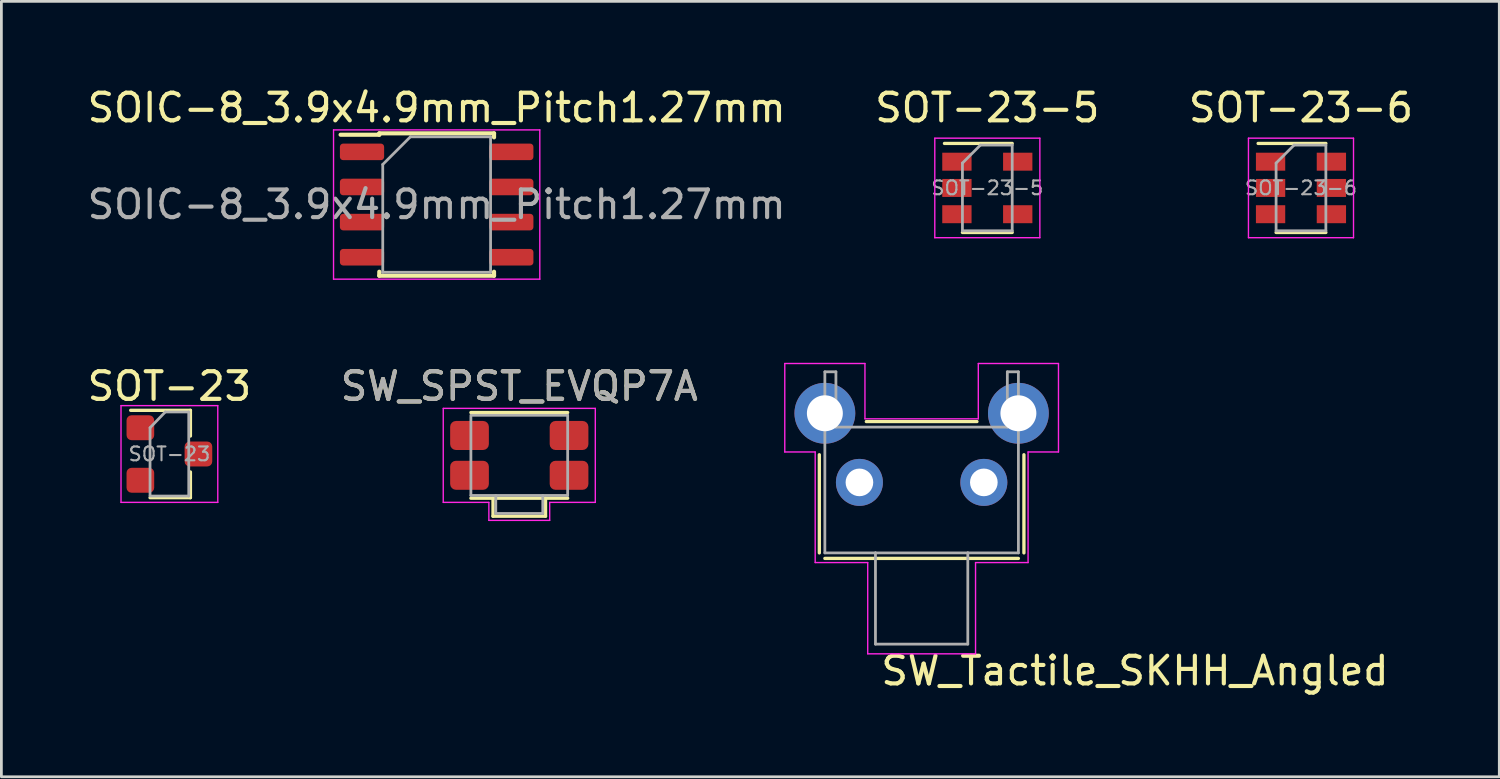
<source format=kicad_pcb>
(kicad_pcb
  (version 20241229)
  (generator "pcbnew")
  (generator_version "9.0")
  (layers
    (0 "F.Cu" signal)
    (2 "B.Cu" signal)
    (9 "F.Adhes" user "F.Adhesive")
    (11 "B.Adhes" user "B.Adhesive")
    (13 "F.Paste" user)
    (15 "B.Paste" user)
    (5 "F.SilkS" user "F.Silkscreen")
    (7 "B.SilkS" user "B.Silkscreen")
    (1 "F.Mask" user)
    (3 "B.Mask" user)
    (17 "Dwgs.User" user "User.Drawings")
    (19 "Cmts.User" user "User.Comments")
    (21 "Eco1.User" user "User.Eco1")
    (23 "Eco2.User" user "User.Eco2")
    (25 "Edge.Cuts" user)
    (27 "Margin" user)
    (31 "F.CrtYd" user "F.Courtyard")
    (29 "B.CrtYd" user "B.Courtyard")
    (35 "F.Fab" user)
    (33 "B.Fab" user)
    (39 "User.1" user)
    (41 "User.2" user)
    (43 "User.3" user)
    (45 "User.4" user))
  (footprint "SOIC-8_3.9x4.9mm_Pitch1.27mm"
    (layer "F.Cu")
    (at 12.744 4.348)
    (property "Reference" "SOIC-8_3.9x4.9mm_Pitch1.27mm" (at 0 -3.5 0) (layer "F.SilkS") (effects (font (size 1 1) (thickness 0.15))))
    (attr smd)
    (fp_line (start -2.075 -2.575) (end -2.075 -2.525) (stroke (width 0.15) (type solid)) (layer "F.SilkS"))
    (fp_line (start -2.075 -2.575) (end 2.075 -2.575) (stroke (width 0.15) (type solid)) (layer "F.SilkS"))
    (fp_line (start -2.075 -2.525) (end -3.475 -2.525) (stroke (width 0.15) (type solid)) (layer "F.SilkS"))
    (fp_line (start -2.075 2.575) (end -2.075 2.43) (stroke (width 0.15) (type solid)) (layer "F.SilkS"))
    (fp_line (start -2.075 2.575) (end 2.075 2.575) (stroke (width 0.15) (type solid)) (layer "F.SilkS"))
    (fp_line (start 2.075 -2.575) (end 2.075 -2.43) (stroke (width 0.15) (type solid)) (layer "F.SilkS"))
    (fp_line (start 2.075 2.575) (end 2.075 2.43) (stroke (width 0.15) (type solid)) (layer "F.SilkS"))
    (fp_line (start -3.73 -2.7) (end -3.73 2.7) (stroke (width 0.05) (type solid)) (layer "F.CrtYd"))
    (fp_line (start -3.73 -2.7) (end 3.73 -2.7) (stroke (width 0.05) (type solid)) (layer "F.CrtYd"))
    (fp_line (start -3.73 2.7) (end 3.73 2.7) (stroke (width 0.05) (type solid)) (layer "F.CrtYd"))
    (fp_line (start 3.73 -2.7) (end 3.73 2.7) (stroke (width 0.05) (type solid)) (layer "F.CrtYd"))
    (fp_line (start -1.95 -1.45) (end -0.95 -2.45) (stroke (width 0.1) (type solid)) (layer "F.Fab"))
    (fp_line (start -1.95 2.45) (end -1.95 -1.45) (stroke (width 0.1) (type solid)) (layer "F.Fab"))
    (fp_line (start -0.95 -2.45) (end 1.95 -2.45) (stroke (width 0.1) (type solid)) (layer "F.Fab"))
    (fp_line (start 1.95 -2.45) (end 1.95 2.45) (stroke (width 0.1) (type solid)) (layer "F.Fab"))
    (fp_line (start 1.95 2.45) (end -1.95 2.45) (stroke (width 0.1) (type solid)) (layer "F.Fab"))
    (fp_text user "${REFERENCE}" (at 0 0 0) (layer "F.Fab") (effects (font (size 1 1) (thickness 0.15))))
    (pad "1" smd roundrect (at -2.7 -1.905) (size 1.6 0.6) (layers "F.Cu" "F.Mask" "F.Paste") (roundrect_rratio 0.2))
    (pad "2" smd roundrect (at -2.7 -0.635) (size 1.6 0.6) (layers "F.Cu" "F.Mask" "F.Paste") (roundrect_rratio 0.2))
    (pad "3" smd roundrect (at -2.7 0.635) (size 1.6 0.6) (layers "F.Cu" "F.Mask" "F.Paste") (roundrect_rratio 0.2))
    (pad "4" smd roundrect (at -2.7 1.905) (size 1.6 0.6) (layers "F.Cu" "F.Mask" "F.Paste") (roundrect_rratio 0.2))
    (pad "5" smd roundrect (at 2.7 1.905) (size 1.6 0.6) (layers "F.Cu" "F.Mask" "F.Paste") (roundrect_rratio 0.2))
    (pad "6" smd roundrect (at 2.7 0.635) (size 1.6 0.6) (layers "F.Cu" "F.Mask" "F.Paste") (roundrect_rratio 0.2))
    (pad "7" smd roundrect (at 2.7 -0.635) (size 1.6 0.6) (layers "F.Cu" "F.Mask" "F.Paste") (roundrect_rratio 0.2))
    (pad "8" smd roundrect (at 2.7 -1.905) (size 1.6 0.6) (layers "F.Cu" "F.Mask" "F.Paste") (roundrect_rratio 0.2)))
  (footprint "SW_Tactile_SKHH_Angled"
    (layer "F.Cu")
    (at 28.035 14.398)
    (property "Reference" "SW_Tactile_SKHH_Angled" (at 0.7 7.4 0) (layer "F.SilkS") (effects (font (size 1 1) (thickness 0.15)) (justify left bottom)))
    (attr through_hole)
    (fp_circle (center -1.25 -2.5) (end -0.615 -2.5) (stroke (width 0) (type solid)) (fill yes) (layer "F.Mask"))
    (fp_circle (center 0 0) (end 0.445 0) (stroke (width 0) (type solid)) (fill yes) (layer "F.Mask"))
    (fp_circle (center 4.5 0) (end 4.944 0) (stroke (width 0) (type solid)) (fill yes) (layer "F.Mask"))
    (fp_circle (center 5.75 -2.5) (end 6.385 -2.5) (stroke (width 0) (type solid)) (fill yes) (layer "F.Mask"))
    (fp_circle (center -1.25 -2.5) (end -0.107 -2.5) (stroke (width 0) (type solid)) (fill yes) (layer "B.Mask"))
    (fp_circle (center 0 0) (end 0.889 0) (stroke (width 0) (type solid)) (fill yes) (layer "B.Mask"))
    (fp_circle (center 4.5 0) (end 5.389 0) (stroke (width 0) (type solid)) (fill yes) (layer "B.Mask"))
    (fp_circle (center 5.75 -2.5) (end 6.893 -2.5) (stroke (width 0) (type solid)) (fill yes) (layer "B.Mask"))
    (fp_line (start -1.45 -1) (end -1.45 2.55) (stroke (width 0.12) (type solid)) (layer "F.SilkS"))
    (fp_line (start -1.25 2.75) (end 5.75 2.75) (stroke (width 0.12) (type solid)) (layer "F.SilkS"))
    (fp_line (start 4.25 -2.2) (end 0.25 -2.2) (stroke (width 0.12) (type solid)) (layer "F.SilkS"))
    (fp_line (start 5.95 2.55) (end 5.95 -1) (stroke (width 0.12) (type solid)) (layer "F.SilkS"))
    (fp_line (start -2.7 -4.3) (end -2.7 -1.1) (stroke (width 0.05) (type solid)) (layer "F.CrtYd"))
    (fp_line (start -2.7 -1.1) (end -1.6 -1.1) (stroke (width 0.05) (type solid)) (layer "F.CrtYd"))
    (fp_line (start -1.6 -1.1) (end -1.6 2.9) (stroke (width 0.05) (type solid)) (layer "F.CrtYd"))
    (fp_line (start -1.6 2.9) (end 0.3 2.9) (stroke (width 0.05) (type solid)) (layer "F.CrtYd"))
    (fp_line (start 0.2 -4.3) (end -2.7 -4.3) (stroke (width 0.05) (type solid)) (layer "F.CrtYd"))
    (fp_line (start 0.2 -2.3) (end 0.2 -4.3) (stroke (width 0.05) (type solid)) (layer "F.CrtYd"))
    (fp_line (start 0.3 2.9) (end 0.3 6.2) (stroke (width 0.05) (type solid)) (layer "F.CrtYd"))
    (fp_line (start 0.3 6.2) (end 4.2 6.2) (stroke (width 0.05) (type solid)) (layer "F.CrtYd"))
    (fp_line (start 4.2 2.9) (end 6.1 2.9) (stroke (width 0.05) (type solid)) (layer "F.CrtYd"))
    (fp_line (start 4.2 6.2) (end 4.2 2.9) (stroke (width 0.05) (type solid)) (layer "F.CrtYd"))
    (fp_line (start 4.3 -4.3) (end 4.3 -2.3) (stroke (width 0.05) (type solid)) (layer "F.CrtYd"))
    (fp_line (start 4.3 -4.3) (end 7.2 -4.3) (stroke (width 0.05) (type solid)) (layer "F.CrtYd"))
    (fp_line (start 4.3 -2.3) (end 0.2 -2.3) (stroke (width 0.05) (type solid)) (layer "F.CrtYd"))
    (fp_line (start 6.1 -1.1) (end 6.1 2.9) (stroke (width 0.05) (type solid)) (layer "F.CrtYd"))
    (fp_line (start 7.2 -4.3) (end 7.2 -1.1) (stroke (width 0.05) (type solid)) (layer "F.CrtYd"))
    (fp_line (start 7.2 -1.1) (end 6.1 -1.1) (stroke (width 0.05) (type solid)) (layer "F.CrtYd"))
    (fp_line (start -1.25 -4) (end -0.85 -4) (stroke (width 0.1) (type solid)) (layer "F.Fab"))
    (fp_line (start -1.25 2.55) (end -1.25 -4) (stroke (width 0.1) (type solid)) (layer "F.Fab"))
    (fp_line (start -1.25 2.55) (end 0.58 2.55) (stroke (width 0.1) (type solid)) (layer "F.Fab"))
    (fp_line (start -0.85 -2) (end -0.85 -4) (stroke (width 0.1) (type solid)) (layer "F.Fab"))
    (fp_line (start -0.85 -2) (end 5.35 -2) (stroke (width 0.1) (type solid)) (layer "F.Fab"))
    (fp_line (start 0.58 2.55) (end 0.58 5.85) (stroke (width 0.1) (type solid)) (layer "F.Fab"))
    (fp_line (start 0.58 2.55) (end 3.92 2.55) (stroke (width 0.1) (type solid)) (layer "F.Fab"))
    (fp_line (start 3.92 2.55) (end 3.92 5.85) (stroke (width 0.1) (type solid)) (layer "F.Fab"))
    (fp_line (start 3.92 2.55) (end 5.75 2.55) (stroke (width 0.1) (type solid)) (layer "F.Fab"))
    (fp_line (start 3.92 5.85) (end 0.58 5.85) (stroke (width 0.1) (type solid)) (layer "F.Fab"))
    (fp_line (start 5.35 -4) (end 5.75 -4) (stroke (width 0.1) (type solid)) (layer "F.Fab"))
    (fp_line (start 5.35 -2) (end 5.35 -4) (stroke (width 0.1) (type solid)) (layer "F.Fab"))
    (fp_line (start 5.75 -4) (end 5.75 2.55) (stroke (width 0.1) (type solid)) (layer "F.Fab"))
    (pad "" thru_hole circle (at -1.25 -2.5) (size 2.2 2.2) (drill 1.3) (layers "*.Cu" "*.Mask"))
    (pad "" thru_hole circle (at 5.75 -2.5) (size 2.2 2.2) (drill 1.3) (layers "*.Cu" "*.Mask"))
    (pad "1" thru_hole circle (at 0 0) (size 1.7 1.7) (drill 1) (layers "*.Cu" "*.Mask"))
    (pad "2" thru_hole circle (at 4.5 0) (size 1.7 1.7) (drill 1) (layers "*.Cu" "*.Mask")))
  (footprint "SOT-23-5"
    (layer "F.Cu")
    (at 32.661 3.748)
    (property "Reference" "SOT-23-5" (at 0 -2.9 0) (layer "F.SilkS") (effects (font (size 1 1) (thickness 0.15))))
    (attr smd)
    (fp_line (start -0.9 1.61) (end 0.9 1.61) (stroke (width 0.12) (type solid)) (layer "F.SilkS"))
    (fp_line (start 0.9 -1.61) (end -1.55 -1.61) (stroke (width 0.12) (type solid)) (layer "F.SilkS"))
    (fp_line (start -1.9 -1.8) (end 1.9 -1.8) (stroke (width 0.05) (type solid)) (layer "F.CrtYd"))
    (fp_line (start -1.9 1.8) (end -1.9 -1.8) (stroke (width 0.05) (type solid)) (layer "F.CrtYd"))
    (fp_line (start 1.9 -1.8) (end 1.9 1.8) (stroke (width 0.05) (type solid)) (layer "F.CrtYd"))
    (fp_line (start 1.9 1.8) (end -1.9 1.8) (stroke (width 0.05) (type solid)) (layer "F.CrtYd"))
    (fp_line (start -0.9 -0.9) (end -0.9 1.55) (stroke (width 0.1) (type solid)) (layer "F.Fab"))
    (fp_line (start -0.9 -0.9) (end -0.25 -1.55) (stroke (width 0.1) (type solid)) (layer "F.Fab"))
    (fp_line (start 0.9 -1.55) (end -0.25 -1.55) (stroke (width 0.1) (type solid)) (layer "F.Fab"))
    (fp_line (start 0.9 -1.55) (end 0.9 1.55) (stroke (width 0.1) (type solid)) (layer "F.Fab"))
    (fp_line (start 0.9 1.55) (end -0.9 1.55) (stroke (width 0.1) (type solid)) (layer "F.Fab"))
    (fp_text user "${REFERENCE}" (at 0 0 0) (layer "F.Fab") (effects (font (size 0.5 0.5) (thickness 0.075))))
    (pad "1" smd rect (at -1.1 -0.95) (size 1.06 0.65) (layers "F.Cu" "F.Mask" "F.Paste"))
    (pad "2" smd rect (at -1.1 0) (size 1.06 0.65) (layers "F.Cu" "F.Mask" "F.Paste"))
    (pad "3" smd rect (at -1.1 0.95) (size 1.06 0.65) (layers "F.Cu" "F.Mask" "F.Paste"))
    (pad "4" smd rect (at 1.1 0.95) (size 1.06 0.65) (layers "F.Cu" "F.Mask" "F.Paste"))
    (pad "5" smd rect (at 1.1 -0.95) (size 1.06 0.65) (layers "F.Cu" "F.Mask" "F.Paste")))
  (footprint "SOT-23"
    (layer "F.Cu")
    (at 3.077 13.371)
    (property "Reference" "SOT-23" (at 0 -2.45 0) (layer "F.SilkS") (effects (font (size 1 1) (thickness 0.15))))
    (attr smd)
    (fp_line (start 0.76 -1.58) (end -1.4 -1.58) (stroke (width 0.12) (type solid)) (layer "F.SilkS"))
    (fp_line (start 0.76 -1.58) (end 0.76 -0.65) (stroke (width 0.12) (type solid)) (layer "F.SilkS"))
    (fp_line (start 0.76 1.58) (end -0.7 1.58) (stroke (width 0.12) (type solid)) (layer "F.SilkS"))
    (fp_line (start 0.76 1.58) (end 0.76 0.65) (stroke (width 0.12) (type solid)) (layer "F.SilkS"))
    (fp_line (start -1.75 -1.75) (end 1.75 -1.75) (stroke (width 0.05) (type solid)) (layer "F.CrtYd"))
    (fp_line (start -1.75 1.75) (end -1.75 -1.75) (stroke (width 0.05) (type solid)) (layer "F.CrtYd"))
    (fp_line (start 1.75 -1.75) (end 1.75 1.75) (stroke (width 0.05) (type solid)) (layer "F.CrtYd"))
    (fp_line (start 1.75 1.75) (end -1.75 1.75) (stroke (width 0.05) (type solid)) (layer "F.CrtYd"))
    (fp_line (start -0.7 -0.95) (end -0.7 1.5) (stroke (width 0.1) (type solid)) (layer "F.Fab"))
    (fp_line (start -0.7 -0.95) (end -0.15 -1.52) (stroke (width 0.1) (type solid)) (layer "F.Fab"))
    (fp_line (start -0.7 1.52) (end 0.7 1.52) (stroke (width 0.1) (type solid)) (layer "F.Fab"))
    (fp_line (start -0.15 -1.52) (end 0.7 -1.52) (stroke (width 0.1) (type solid)) (layer "F.Fab"))
    (fp_line (start 0.7 -1.52) (end 0.7 1.52) (stroke (width 0.1) (type solid)) (layer "F.Fab"))
    (fp_text user "${REFERENCE}" (at 0 0 0) (layer "F.Fab") (effects (font (size 0.5 0.5) (thickness 0.075))))
    (pad "1" smd roundrect (at -1.05 -0.95) (size 1 0.9) (layers "F.Cu" "F.Mask" "F.Paste") (roundrect_rratio 0.2))
    (pad "2" smd roundrect (at -1.05 0.95) (size 1 0.9) (layers "F.Cu" "F.Mask" "F.Paste") (roundrect_rratio 0.2))
    (pad "3" smd roundrect (at 1.05 0) (size 1 0.9) (layers "F.Cu" "F.Mask" "F.Paste") (roundrect_rratio 0.2)))
  (footprint "SOT-23-6"
    (layer "F.Cu")
    (at 44.006 3.748)
    (property "Reference" "SOT-23-6" (at 0 -2.9 0) (layer "F.SilkS") (effects (font (size 1 1) (thickness 0.15))))
    (attr smd)
    (fp_line (start -0.9 1.61) (end 0.9 1.61) (stroke (width 0.12) (type solid)) (layer "F.SilkS"))
    (fp_line (start 0.9 -1.61) (end -1.55 -1.61) (stroke (width 0.12) (type solid)) (layer "F.SilkS"))
    (fp_line (start -1.9 -1.8) (end -1.9 1.8) (stroke (width 0.05) (type solid)) (layer "F.CrtYd"))
    (fp_line (start -1.9 1.8) (end 1.9 1.8) (stroke (width 0.05) (type solid)) (layer "F.CrtYd"))
    (fp_line (start 1.9 -1.8) (end -1.9 -1.8) (stroke (width 0.05) (type solid)) (layer "F.CrtYd"))
    (fp_line (start 1.9 1.8) (end 1.9 -1.8) (stroke (width 0.05) (type solid)) (layer "F.CrtYd"))
    (fp_line (start -0.9 -0.9) (end -0.9 1.55) (stroke (width 0.1) (type solid)) (layer "F.Fab"))
    (fp_line (start -0.9 -0.9) (end -0.25 -1.55) (stroke (width 0.1) (type solid)) (layer "F.Fab"))
    (fp_line (start 0.9 -1.55) (end -0.25 -1.55) (stroke (width 0.1) (type solid)) (layer "F.Fab"))
    (fp_line (start 0.9 -1.55) (end 0.9 1.55) (stroke (width 0.1) (type solid)) (layer "F.Fab"))
    (fp_line (start 0.9 1.55) (end -0.9 1.55) (stroke (width 0.1) (type solid)) (layer "F.Fab"))
    (fp_text user "${REFERENCE}" (at 0 0 0) (layer "F.Fab") (effects (font (size 0.5 0.5) (thickness 0.075))))
    (pad "1" smd rect (at -1.1 -0.95) (size 1.06 0.65) (layers "F.Cu" "F.Mask" "F.Paste"))
    (pad "2" smd rect (at -1.1 0) (size 1.06 0.65) (layers "F.Cu" "F.Mask" "F.Paste"))
    (pad "3" smd rect (at -1.1 0.95) (size 1.06 0.65) (layers "F.Cu" "F.Mask" "F.Paste"))
    (pad "4" smd rect (at 1.1 0.95) (size 1.06 0.65) (layers "F.Cu" "F.Mask" "F.Paste"))
    (pad "5" smd rect (at 1.1 0) (size 1.06 0.65) (layers "F.Cu" "F.Mask" "F.Paste"))
    (pad "6" smd rect (at 1.1 -0.95) (size 1.06 0.65) (layers "F.Cu" "F.Mask" "F.Paste")))
  (footprint "SW_SPST_EVQP7A"
    (layer "F.Cu")
    (at 15.732 13.421)
    (property "Reference" "SW_SPST_EVQP7A" (at 0 -2.5 0) (layer "F.SilkS") (effects (font (size 1 1) (thickness 0.15))))
    (attr smd)
    (fp_line (start -1.75 -1.55) (end 1.75 -1.55) (stroke (width 0.12) (type solid)) (layer "F.SilkS"))
    (fp_line (start -0.95 2.2) (end -0.95 1.55) (stroke (width 0.12) (type solid)) (layer "F.SilkS"))
    (fp_line (start 0.95 1.55) (end 0.95 2.2) (stroke (width 0.12) (type solid)) (layer "F.SilkS"))
    (fp_line (start 0.95 2.2) (end -0.95 2.2) (stroke (width 0.12) (type solid)) (layer "F.SilkS"))
    (fp_line (start 1.75 1.55) (end -1.75 1.55) (stroke (width 0.12) (type solid)) (layer "F.SilkS"))
    (fp_line (start -2.75 -1.7) (end 2.75 -1.7) (stroke (width 0.05) (type solid)) (layer "F.CrtYd"))
    (fp_line (start -2.75 1.7) (end -2.75 -1.7) (stroke (width 0.05) (type solid)) (layer "F.CrtYd"))
    (fp_line (start -1.1 1.7) (end -2.75 1.7) (stroke (width 0.05) (type solid)) (layer "F.CrtYd"))
    (fp_line (start -1.1 2.35) (end -1.1 1.7) (stroke (width 0.05) (type solid)) (layer "F.CrtYd"))
    (fp_line (start 1.1 1.7) (end 1.1 2.35) (stroke (width 0.05) (type solid)) (layer "F.CrtYd"))
    (fp_line (start 1.1 2.35) (end -1.1 2.35) (stroke (width 0.05) (type solid)) (layer "F.CrtYd"))
    (fp_line (start 2.75 -1.7) (end 2.75 1.7) (stroke (width 0.05) (type solid)) (layer "F.CrtYd"))
    (fp_line (start 2.75 1.7) (end 1.1 1.7) (stroke (width 0.05) (type solid)) (layer "F.CrtYd"))
    (fp_line (start -1.75 -1.45) (end 1.75 -1.45) (stroke (width 0.1) (type solid)) (layer "F.Fab"))
    (fp_line (start -1.75 1.45) (end -1.75 -1.4) (stroke (width 0.1) (type solid)) (layer "F.Fab"))
    (fp_line (start -0.85 2.1) (end -0.85 1.45) (stroke (width 0.1) (type solid)) (layer "F.Fab"))
    (fp_line (start -0.85 2.1) (end 0.85 2.1) (stroke (width 0.1) (type solid)) (layer "F.Fab"))
    (fp_line (start 0.85 2.1) (end 0.85 1.45) (stroke (width 0.1) (type solid)) (layer "F.Fab"))
    (fp_line (start 1.75 -1.45) (end 1.75 1.45) (stroke (width 0.1) (type solid)) (layer "F.Fab"))
    (fp_line (start 1.75 1.45) (end -1.75 1.45) (stroke (width 0.1) (type solid)) (layer "F.Fab"))
    (fp_text user "${REFERENCE}" (at 0 -2.5 0) (layer "F.Fab") (effects (font (size 1 1) (thickness 0.15))))
    (pad "1" smd roundrect (at -1.8 -0.72) (size 1.4 1.05) (layers "F.Cu" "F.Mask" "F.Paste") (roundrect_rratio 0.2))
    (pad "1" smd roundrect (at 1.8 -0.72) (size 1.4 1.05) (layers "F.Cu" "F.Mask" "F.Paste") (roundrect_rratio 0.2))
    (pad "2" smd roundrect (at -1.8 0.72) (size 1.4 1.05) (layers "F.Cu" "F.Mask" "F.Paste") (roundrect_rratio 0.2))
    (pad "2" smd roundrect (at 1.8 0.72) (size 1.4 1.05) (layers "F.Cu" "F.Mask" "F.Paste") (roundrect_rratio 0.2)))
  (gr_rect
    (start -3 -3)
    (end 51.179 25.045)
    (stroke (width 0.1) (type default))
    (fill no)
    (layer "Edge.Cuts")))
</source>
